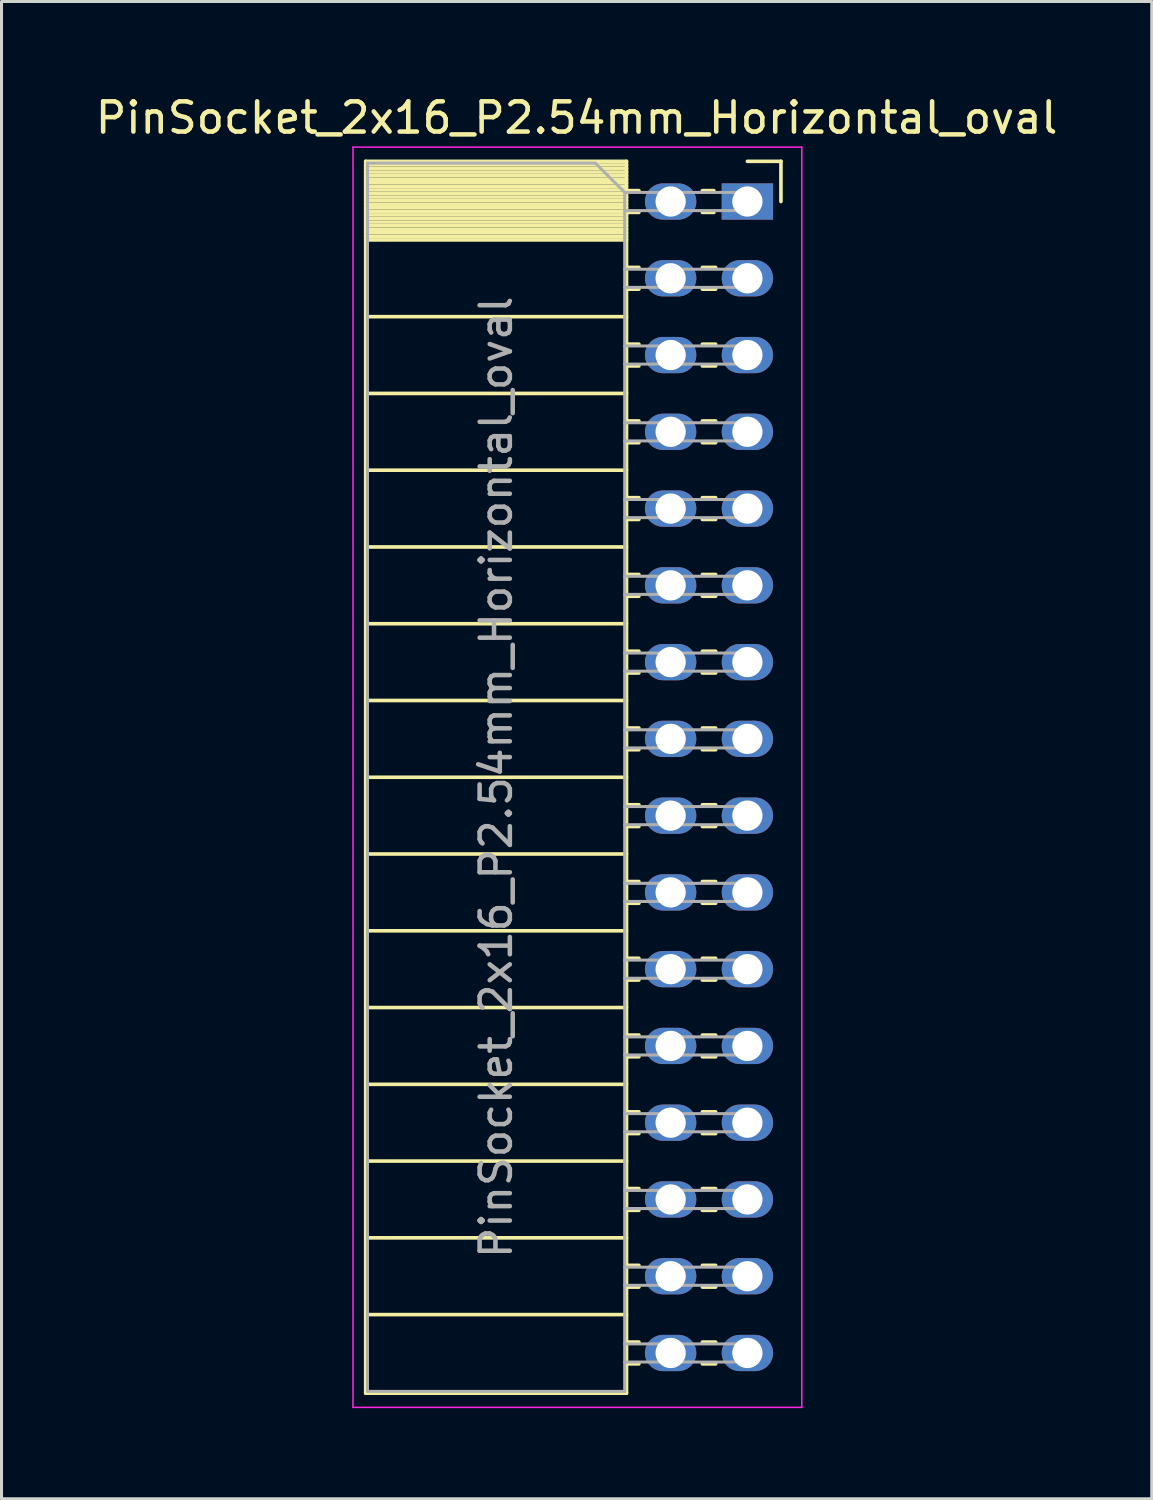
<source format=kicad_pcb>
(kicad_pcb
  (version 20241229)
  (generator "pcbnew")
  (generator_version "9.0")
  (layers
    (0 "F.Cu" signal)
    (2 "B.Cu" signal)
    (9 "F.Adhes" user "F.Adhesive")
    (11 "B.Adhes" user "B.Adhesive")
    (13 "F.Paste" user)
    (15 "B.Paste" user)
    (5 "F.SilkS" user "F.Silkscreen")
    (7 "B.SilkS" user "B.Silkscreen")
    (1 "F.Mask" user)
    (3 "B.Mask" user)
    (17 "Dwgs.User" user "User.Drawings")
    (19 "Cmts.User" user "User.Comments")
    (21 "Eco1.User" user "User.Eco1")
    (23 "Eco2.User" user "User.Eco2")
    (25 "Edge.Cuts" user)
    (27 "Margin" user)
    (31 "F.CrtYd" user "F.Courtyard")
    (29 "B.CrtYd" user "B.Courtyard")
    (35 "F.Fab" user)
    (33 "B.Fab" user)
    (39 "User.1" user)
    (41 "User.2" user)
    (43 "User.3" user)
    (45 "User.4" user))
  (footprint "PinSocket_2x16_P2.54mm_Horizontal_oval"
    (layer "F.Cu")
    (at 21.68 3.618)
    (property "Reference" "PinSocket_2x16_P2.54mm_Horizontal_oval" (at -5.65 -2.77 0) (layer "F.SilkS") (effects (font (size 1 1) (thickness 0.15))))
    (attr through_hole)
    (fp_line (start -12.63 -1.33) (end -12.63 39.43) (stroke (width 0.12) (type solid)) (layer "F.SilkS"))
    (fp_line (start -12.63 -1.33) (end -4 -1.33) (stroke (width 0.12) (type solid)) (layer "F.SilkS"))
    (fp_line (start -12.63 -1.21) (end -4 -1.21) (stroke (width 0.12) (type solid)) (layer "F.SilkS"))
    (fp_line (start -12.63 -1.092) (end -4 -1.092) (stroke (width 0.12) (type solid)) (layer "F.SilkS"))
    (fp_line (start -12.63 -0.974) (end -4 -0.974) (stroke (width 0.12) (type solid)) (layer "F.SilkS"))
    (fp_line (start -12.63 -0.856) (end -4 -0.856) (stroke (width 0.12) (type solid)) (layer "F.SilkS"))
    (fp_line (start -12.63 -0.738) (end -4 -0.738) (stroke (width 0.12) (type solid)) (layer "F.SilkS"))
    (fp_line (start -12.63 -0.62) (end -4 -0.62) (stroke (width 0.12) (type solid)) (layer "F.SilkS"))
    (fp_line (start -12.63 -0.501) (end -4 -0.501) (stroke (width 0.12) (type solid)) (layer "F.SilkS"))
    (fp_line (start -12.63 -0.383) (end -4 -0.383) (stroke (width 0.12) (type solid)) (layer "F.SilkS"))
    (fp_line (start -12.63 -0.265) (end -4 -0.265) (stroke (width 0.12) (type solid)) (layer "F.SilkS"))
    (fp_line (start -12.63 -0.147) (end -4 -0.147) (stroke (width 0.12) (type solid)) (layer "F.SilkS"))
    (fp_line (start -12.63 -0.029) (end -4 -0.029) (stroke (width 0.12) (type solid)) (layer "F.SilkS"))
    (fp_line (start -12.63 0.089) (end -4 0.089) (stroke (width 0.12) (type solid)) (layer "F.SilkS"))
    (fp_line (start -12.63 0.207) (end -4 0.207) (stroke (width 0.12) (type solid)) (layer "F.SilkS"))
    (fp_line (start -12.63 0.325) (end -4 0.325) (stroke (width 0.12) (type solid)) (layer "F.SilkS"))
    (fp_line (start -12.63 0.443) (end -4 0.443) (stroke (width 0.12) (type solid)) (layer "F.SilkS"))
    (fp_line (start -12.63 0.561) (end -4 0.561) (stroke (width 0.12) (type solid)) (layer "F.SilkS"))
    (fp_line (start -12.63 0.68) (end -4 0.68) (stroke (width 0.12) (type solid)) (layer "F.SilkS"))
    (fp_line (start -12.63 0.798) (end -4 0.798) (stroke (width 0.12) (type solid)) (layer "F.SilkS"))
    (fp_line (start -12.63 0.916) (end -4 0.916) (stroke (width 0.12) (type solid)) (layer "F.SilkS"))
    (fp_line (start -12.63 1.034) (end -4 1.034) (stroke (width 0.12) (type solid)) (layer "F.SilkS"))
    (fp_line (start -12.63 1.152) (end -4 1.152) (stroke (width 0.12) (type solid)) (layer "F.SilkS"))
    (fp_line (start -12.63 1.27) (end -4 1.27) (stroke (width 0.12) (type solid)) (layer "F.SilkS"))
    (fp_line (start -12.63 3.81) (end -4 3.81) (stroke (width 0.12) (type solid)) (layer "F.SilkS"))
    (fp_line (start -12.63 6.35) (end -4 6.35) (stroke (width 0.12) (type solid)) (layer "F.SilkS"))
    (fp_line (start -12.63 8.89) (end -4 8.89) (stroke (width 0.12) (type solid)) (layer "F.SilkS"))
    (fp_line (start -12.63 11.43) (end -4 11.43) (stroke (width 0.12) (type solid)) (layer "F.SilkS"))
    (fp_line (start -12.63 13.97) (end -4 13.97) (stroke (width 0.12) (type solid)) (layer "F.SilkS"))
    (fp_line (start -12.63 16.51) (end -4 16.51) (stroke (width 0.12) (type solid)) (layer "F.SilkS"))
    (fp_line (start -12.63 19.05) (end -4 19.05) (stroke (width 0.12) (type solid)) (layer "F.SilkS"))
    (fp_line (start -12.63 21.59) (end -4 21.59) (stroke (width 0.12) (type solid)) (layer "F.SilkS"))
    (fp_line (start -12.63 24.13) (end -4 24.13) (stroke (width 0.12) (type solid)) (layer "F.SilkS"))
    (fp_line (start -12.63 26.67) (end -4 26.67) (stroke (width 0.12) (type solid)) (layer "F.SilkS"))
    (fp_line (start -12.63 29.21) (end -4 29.21) (stroke (width 0.12) (type solid)) (layer "F.SilkS"))
    (fp_line (start -12.63 31.75) (end -4 31.75) (stroke (width 0.12) (type solid)) (layer "F.SilkS"))
    (fp_line (start -12.63 34.29) (end -4 34.29) (stroke (width 0.12) (type solid)) (layer "F.SilkS"))
    (fp_line (start -12.63 36.83) (end -4 36.83) (stroke (width 0.12) (type solid)) (layer "F.SilkS"))
    (fp_line (start -12.63 39.43) (end -4 39.43) (stroke (width 0.12) (type solid)) (layer "F.SilkS"))
    (fp_line (start -4 -1.33) (end -4 39.43) (stroke (width 0.12) (type solid)) (layer "F.SilkS"))
    (fp_line (start -4 -0.36) (end -3.59 -0.36) (stroke (width 0.12) (type solid)) (layer "F.SilkS"))
    (fp_line (start -4 0.36) (end -3.59 0.36) (stroke (width 0.12) (type solid)) (layer "F.SilkS"))
    (fp_line (start -4 2.18) (end -3.59 2.18) (stroke (width 0.12) (type solid)) (layer "F.SilkS"))
    (fp_line (start -4 2.9) (end -3.59 2.9) (stroke (width 0.12) (type solid)) (layer "F.SilkS"))
    (fp_line (start -4 4.72) (end -3.59 4.72) (stroke (width 0.12) (type solid)) (layer "F.SilkS"))
    (fp_line (start -4 5.44) (end -3.59 5.44) (stroke (width 0.12) (type solid)) (layer "F.SilkS"))
    (fp_line (start -4 7.26) (end -3.59 7.26) (stroke (width 0.12) (type solid)) (layer "F.SilkS"))
    (fp_line (start -4 7.98) (end -3.59 7.98) (stroke (width 0.12) (type solid)) (layer "F.SilkS"))
    (fp_line (start -4 9.8) (end -3.59 9.8) (stroke (width 0.12) (type solid)) (layer "F.SilkS"))
    (fp_line (start -4 10.52) (end -3.59 10.52) (stroke (width 0.12) (type solid)) (layer "F.SilkS"))
    (fp_line (start -4 12.34) (end -3.59 12.34) (stroke (width 0.12) (type solid)) (layer "F.SilkS"))
    (fp_line (start -4 13.06) (end -3.59 13.06) (stroke (width 0.12) (type solid)) (layer "F.SilkS"))
    (fp_line (start -4 14.88) (end -3.59 14.88) (stroke (width 0.12) (type solid)) (layer "F.SilkS"))
    (fp_line (start -4 15.6) (end -3.59 15.6) (stroke (width 0.12) (type solid)) (layer "F.SilkS"))
    (fp_line (start -4 17.42) (end -3.59 17.42) (stroke (width 0.12) (type solid)) (layer "F.SilkS"))
    (fp_line (start -4 18.14) (end -3.59 18.14) (stroke (width 0.12) (type solid)) (layer "F.SilkS"))
    (fp_line (start -4 19.96) (end -3.59 19.96) (stroke (width 0.12) (type solid)) (layer "F.SilkS"))
    (fp_line (start -4 20.68) (end -3.59 20.68) (stroke (width 0.12) (type solid)) (layer "F.SilkS"))
    (fp_line (start -4 22.5) (end -3.59 22.5) (stroke (width 0.12) (type solid)) (layer "F.SilkS"))
    (fp_line (start -4 23.22) (end -3.59 23.22) (stroke (width 0.12) (type solid)) (layer "F.SilkS"))
    (fp_line (start -4 25.04) (end -3.59 25.04) (stroke (width 0.12) (type solid)) (layer "F.SilkS"))
    (fp_line (start -4 25.76) (end -3.59 25.76) (stroke (width 0.12) (type solid)) (layer "F.SilkS"))
    (fp_line (start -4 27.58) (end -3.59 27.58) (stroke (width 0.12) (type solid)) (layer "F.SilkS"))
    (fp_line (start -4 28.3) (end -3.59 28.3) (stroke (width 0.12) (type solid)) (layer "F.SilkS"))
    (fp_line (start -4 30.12) (end -3.59 30.12) (stroke (width 0.12) (type solid)) (layer "F.SilkS"))
    (fp_line (start -4 30.84) (end -3.59 30.84) (stroke (width 0.12) (type solid)) (layer "F.SilkS"))
    (fp_line (start -4 32.66) (end -3.59 32.66) (stroke (width 0.12) (type solid)) (layer "F.SilkS"))
    (fp_line (start -4 33.38) (end -3.59 33.38) (stroke (width 0.12) (type solid)) (layer "F.SilkS"))
    (fp_line (start -4 35.2) (end -3.59 35.2) (stroke (width 0.12) (type solid)) (layer "F.SilkS"))
    (fp_line (start -4 35.92) (end -3.59 35.92) (stroke (width 0.12) (type solid)) (layer "F.SilkS"))
    (fp_line (start -4 37.74) (end -3.59 37.74) (stroke (width 0.12) (type solid)) (layer "F.SilkS"))
    (fp_line (start -4 38.46) (end -3.59 38.46) (stroke (width 0.12) (type solid)) (layer "F.SilkS"))
    (fp_line (start -1.49 -0.36) (end -1.11 -0.36) (stroke (width 0.12) (type solid)) (layer "F.SilkS"))
    (fp_line (start -1.49 0.36) (end -1.11 0.36) (stroke (width 0.12) (type solid)) (layer "F.SilkS"))
    (fp_line (start -1.49 2.18) (end -1.05 2.18) (stroke (width 0.12) (type solid)) (layer "F.SilkS"))
    (fp_line (start -1.49 2.9) (end -1.05 2.9) (stroke (width 0.12) (type solid)) (layer "F.SilkS"))
    (fp_line (start -1.49 4.72) (end -1.05 4.72) (stroke (width 0.12) (type solid)) (layer "F.SilkS"))
    (fp_line (start -1.49 5.44) (end -1.05 5.44) (stroke (width 0.12) (type solid)) (layer "F.SilkS"))
    (fp_line (start -1.49 7.26) (end -1.05 7.26) (stroke (width 0.12) (type solid)) (layer "F.SilkS"))
    (fp_line (start -1.49 7.98) (end -1.05 7.98) (stroke (width 0.12) (type solid)) (layer "F.SilkS"))
    (fp_line (start -1.49 9.8) (end -1.05 9.8) (stroke (width 0.12) (type solid)) (layer "F.SilkS"))
    (fp_line (start -1.49 10.52) (end -1.05 10.52) (stroke (width 0.12) (type solid)) (layer "F.SilkS"))
    (fp_line (start -1.49 12.34) (end -1.05 12.34) (stroke (width 0.12) (type solid)) (layer "F.SilkS"))
    (fp_line (start -1.49 13.06) (end -1.05 13.06) (stroke (width 0.12) (type solid)) (layer "F.SilkS"))
    (fp_line (start -1.49 14.88) (end -1.05 14.88) (stroke (width 0.12) (type solid)) (layer "F.SilkS"))
    (fp_line (start -1.49 15.6) (end -1.05 15.6) (stroke (width 0.12) (type solid)) (layer "F.SilkS"))
    (fp_line (start -1.49 17.42) (end -1.05 17.42) (stroke (width 0.12) (type solid)) (layer "F.SilkS"))
    (fp_line (start -1.49 18.14) (end -1.05 18.14) (stroke (width 0.12) (type solid)) (layer "F.SilkS"))
    (fp_line (start -1.49 19.96) (end -1.05 19.96) (stroke (width 0.12) (type solid)) (layer "F.SilkS"))
    (fp_line (start -1.49 20.68) (end -1.05 20.68) (stroke (width 0.12) (type solid)) (layer "F.SilkS"))
    (fp_line (start -1.49 22.5) (end -1.05 22.5) (stroke (width 0.12) (type solid)) (layer "F.SilkS"))
    (fp_line (start -1.49 23.22) (end -1.05 23.22) (stroke (width 0.12) (type solid)) (layer "F.SilkS"))
    (fp_line (start -1.49 25.04) (end -1.05 25.04) (stroke (width 0.12) (type solid)) (layer "F.SilkS"))
    (fp_line (start -1.49 25.76) (end -1.05 25.76) (stroke (width 0.12) (type solid)) (layer "F.SilkS"))
    (fp_line (start -1.49 27.58) (end -1.05 27.58) (stroke (width 0.12) (type solid)) (layer "F.SilkS"))
    (fp_line (start -1.49 28.3) (end -1.05 28.3) (stroke (width 0.12) (type solid)) (layer "F.SilkS"))
    (fp_line (start -1.49 30.12) (end -1.05 30.12) (stroke (width 0.12) (type solid)) (layer "F.SilkS"))
    (fp_line (start -1.49 30.84) (end -1.05 30.84) (stroke (width 0.12) (type solid)) (layer "F.SilkS"))
    (fp_line (start -1.49 32.66) (end -1.05 32.66) (stroke (width 0.12) (type solid)) (layer "F.SilkS"))
    (fp_line (start -1.49 33.38) (end -1.05 33.38) (stroke (width 0.12) (type solid)) (layer "F.SilkS"))
    (fp_line (start -1.49 35.2) (end -1.05 35.2) (stroke (width 0.12) (type solid)) (layer "F.SilkS"))
    (fp_line (start -1.49 35.92) (end -1.05 35.92) (stroke (width 0.12) (type solid)) (layer "F.SilkS"))
    (fp_line (start -1.49 37.74) (end -1.05 37.74) (stroke (width 0.12) (type solid)) (layer "F.SilkS"))
    (fp_line (start -1.49 38.46) (end -1.05 38.46) (stroke (width 0.12) (type solid)) (layer "F.SilkS"))
    (fp_line (start 0 -1.33) (end 1.11 -1.33) (stroke (width 0.12) (type solid)) (layer "F.SilkS"))
    (fp_line (start 1.11 -1.33) (end 1.11 0) (stroke (width 0.12) (type solid)) (layer "F.SilkS"))
    (fp_line (start -13.05 -1.8) (end -13.05 39.9) (stroke (width 0.05) (type solid)) (layer "F.CrtYd"))
    (fp_line (start -13.05 39.9) (end 1.8 39.9) (stroke (width 0.05) (type solid)) (layer "F.CrtYd"))
    (fp_line (start 1.8 -1.8) (end -13.05 -1.8) (stroke (width 0.05) (type solid)) (layer "F.CrtYd"))
    (fp_line (start 1.8 39.9) (end 1.8 -1.8) (stroke (width 0.05) (type solid)) (layer "F.CrtYd"))
    (fp_line (start -12.57 -1.27) (end -5.03 -1.27) (stroke (width 0.1) (type solid)) (layer "F.Fab"))
    (fp_line (start -12.57 39.37) (end -12.57 -1.27) (stroke (width 0.1) (type solid)) (layer "F.Fab"))
    (fp_line (start -5.03 -1.27) (end -4.06 -0.3) (stroke (width 0.1) (type solid)) (layer "F.Fab"))
    (fp_line (start -4.06 -0.3) (end -4.06 39.37) (stroke (width 0.1) (type solid)) (layer "F.Fab"))
    (fp_line (start -4.06 0.3) (end 0 0.3) (stroke (width 0.1) (type solid)) (layer "F.Fab"))
    (fp_line (start -4.06 2.84) (end 0 2.84) (stroke (width 0.1) (type solid)) (layer "F.Fab"))
    (fp_line (start -4.06 5.38) (end 0 5.38) (stroke (width 0.1) (type solid)) (layer "F.Fab"))
    (fp_line (start -4.06 7.92) (end 0 7.92) (stroke (width 0.1) (type solid)) (layer "F.Fab"))
    (fp_line (start -4.06 10.46) (end 0 10.46) (stroke (width 0.1) (type solid)) (layer "F.Fab"))
    (fp_line (start -4.06 13) (end 0 13) (stroke (width 0.1) (type solid)) (layer "F.Fab"))
    (fp_line (start -4.06 15.54) (end 0 15.54) (stroke (width 0.1) (type solid)) (layer "F.Fab"))
    (fp_line (start -4.06 18.08) (end 0 18.08) (stroke (width 0.1) (type solid)) (layer "F.Fab"))
    (fp_line (start -4.06 20.62) (end 0 20.62) (stroke (width 0.1) (type solid)) (layer "F.Fab"))
    (fp_line (start -4.06 23.16) (end 0 23.16) (stroke (width 0.1) (type solid)) (layer "F.Fab"))
    (fp_line (start -4.06 25.7) (end 0 25.7) (stroke (width 0.1) (type solid)) (layer "F.Fab"))
    (fp_line (start -4.06 28.24) (end 0 28.24) (stroke (width 0.1) (type solid)) (layer "F.Fab"))
    (fp_line (start -4.06 30.78) (end 0 30.78) (stroke (width 0.1) (type solid)) (layer "F.Fab"))
    (fp_line (start -4.06 33.32) (end 0 33.32) (stroke (width 0.1) (type solid)) (layer "F.Fab"))
    (fp_line (start -4.06 35.86) (end 0 35.86) (stroke (width 0.1) (type solid)) (layer "F.Fab"))
    (fp_line (start -4.06 38.4) (end 0 38.4) (stroke (width 0.1) (type solid)) (layer "F.Fab"))
    (fp_line (start -4.06 39.37) (end -12.57 39.37) (stroke (width 0.1) (type solid)) (layer "F.Fab"))
    (fp_line (start 0 -0.3) (end -4.06 -0.3) (stroke (width 0.1) (type solid)) (layer "F.Fab"))
    (fp_line (start 0 0.3) (end 0 -0.3) (stroke (width 0.1) (type solid)) (layer "F.Fab"))
    (fp_line (start 0 2.24) (end -4.06 2.24) (stroke (width 0.1) (type solid)) (layer "F.Fab"))
    (fp_line (start 0 2.84) (end 0 2.24) (stroke (width 0.1) (type solid)) (layer "F.Fab"))
    (fp_line (start 0 4.78) (end -4.06 4.78) (stroke (width 0.1) (type solid)) (layer "F.Fab"))
    (fp_line (start 0 5.38) (end 0 4.78) (stroke (width 0.1) (type solid)) (layer "F.Fab"))
    (fp_line (start 0 7.32) (end -4.06 7.32) (stroke (width 0.1) (type solid)) (layer "F.Fab"))
    (fp_line (start 0 7.92) (end 0 7.32) (stroke (width 0.1) (type solid)) (layer "F.Fab"))
    (fp_line (start 0 9.86) (end -4.06 9.86) (stroke (width 0.1) (type solid)) (layer "F.Fab"))
    (fp_line (start 0 10.46) (end 0 9.86) (stroke (width 0.1) (type solid)) (layer "F.Fab"))
    (fp_line (start 0 12.4) (end -4.06 12.4) (stroke (width 0.1) (type solid)) (layer "F.Fab"))
    (fp_line (start 0 13) (end 0 12.4) (stroke (width 0.1) (type solid)) (layer "F.Fab"))
    (fp_line (start 0 14.94) (end -4.06 14.94) (stroke (width 0.1) (type solid)) (layer "F.Fab"))
    (fp_line (start 0 15.54) (end 0 14.94) (stroke (width 0.1) (type solid)) (layer "F.Fab"))
    (fp_line (start 0 17.48) (end -4.06 17.48) (stroke (width 0.1) (type solid)) (layer "F.Fab"))
    (fp_line (start 0 18.08) (end 0 17.48) (stroke (width 0.1) (type solid)) (layer "F.Fab"))
    (fp_line (start 0 20.02) (end -4.06 20.02) (stroke (width 0.1) (type solid)) (layer "F.Fab"))
    (fp_line (start 0 20.62) (end 0 20.02) (stroke (width 0.1) (type solid)) (layer "F.Fab"))
    (fp_line (start 0 22.56) (end -4.06 22.56) (stroke (width 0.1) (type solid)) (layer "F.Fab"))
    (fp_line (start 0 23.16) (end 0 22.56) (stroke (width 0.1) (type solid)) (layer "F.Fab"))
    (fp_line (start 0 25.1) (end -4.06 25.1) (stroke (width 0.1) (type solid)) (layer "F.Fab"))
    (fp_line (start 0 25.7) (end 0 25.1) (stroke (width 0.1) (type solid)) (layer "F.Fab"))
    (fp_line (start 0 27.64) (end -4.06 27.64) (stroke (width 0.1) (type solid)) (layer "F.Fab"))
    (fp_line (start 0 28.24) (end 0 27.64) (stroke (width 0.1) (type solid)) (layer "F.Fab"))
    (fp_line (start 0 30.18) (end -4.06 30.18) (stroke (width 0.1) (type solid)) (layer "F.Fab"))
    (fp_line (start 0 30.78) (end 0 30.18) (stroke (width 0.1) (type solid)) (layer "F.Fab"))
    (fp_line (start 0 32.72) (end -4.06 32.72) (stroke (width 0.1) (type solid)) (layer "F.Fab"))
    (fp_line (start 0 33.32) (end 0 32.72) (stroke (width 0.1) (type solid)) (layer "F.Fab"))
    (fp_line (start 0 35.26) (end -4.06 35.26) (stroke (width 0.1) (type solid)) (layer "F.Fab"))
    (fp_line (start 0 35.86) (end 0 35.26) (stroke (width 0.1) (type solid)) (layer "F.Fab"))
    (fp_line (start 0 37.8) (end -4.06 37.8) (stroke (width 0.1) (type solid)) (layer "F.Fab"))
    (fp_line (start 0 38.4) (end 0 37.8) (stroke (width 0.1) (type solid)) (layer "F.Fab"))
    (fp_text user "${REFERENCE}" (at -8.315 19.05 90) (layer "F.Fab") (effects (font (size 1 1) (thickness 0.15))))
    (pad "1" thru_hole rect (at 0 0) (size 1.7 1.2) (drill 1) (layers "*.Cu" "*.Mask"))
    (pad "2" thru_hole oval (at -2.54 0) (size 1.7 1.2) (drill 1) (layers "*.Cu" "*.Mask"))
    (pad "3" thru_hole oval (at 0 2.54) (size 1.7 1.2) (drill 1) (layers "*.Cu" "*.Mask"))
    (pad "4" thru_hole oval (at -2.54 2.54) (size 1.7 1.2) (drill 1) (layers "*.Cu" "*.Mask"))
    (pad "5" thru_hole oval (at 0 5.08) (size 1.7 1.2) (drill 1) (layers "*.Cu" "*.Mask"))
    (pad "6" thru_hole oval (at -2.54 5.08) (size 1.7 1.2) (drill 1) (layers "*.Cu" "*.Mask"))
    (pad "7" thru_hole oval (at 0 7.62) (size 1.7 1.2) (drill 1) (layers "*.Cu" "*.Mask"))
    (pad "8" thru_hole oval (at -2.54 7.62) (size 1.7 1.2) (drill 1) (layers "*.Cu" "*.Mask"))
    (pad "9" thru_hole oval (at 0 10.16) (size 1.7 1.2) (drill 1) (layers "*.Cu" "*.Mask"))
    (pad "10" thru_hole oval (at -2.54 10.16) (size 1.7 1.2) (drill 1) (layers "*.Cu" "*.Mask"))
    (pad "11" thru_hole oval (at 0 12.7) (size 1.7 1.2) (drill 1) (layers "*.Cu" "*.Mask"))
    (pad "12" thru_hole oval (at -2.54 12.7) (size 1.7 1.2) (drill 1) (layers "*.Cu" "*.Mask"))
    (pad "13" thru_hole oval (at 0 15.24) (size 1.7 1.2) (drill 1) (layers "*.Cu" "*.Mask"))
    (pad "14" thru_hole oval (at -2.54 15.24) (size 1.7 1.2) (drill 1) (layers "*.Cu" "*.Mask"))
    (pad "15" thru_hole oval (at 0 17.78) (size 1.7 1.2) (drill 1) (layers "*.Cu" "*.Mask"))
    (pad "16" thru_hole oval (at -2.54 17.78) (size 1.7 1.2) (drill 1) (layers "*.Cu" "*.Mask"))
    (pad "17" thru_hole oval (at 0 20.32) (size 1.7 1.2) (drill 1) (layers "*.Cu" "*.Mask"))
    (pad "18" thru_hole oval (at -2.54 20.32) (size 1.7 1.2) (drill 1) (layers "*.Cu" "*.Mask"))
    (pad "19" thru_hole oval (at 0 22.86) (size 1.7 1.2) (drill 1) (layers "*.Cu" "*.Mask"))
    (pad "20" thru_hole oval (at -2.54 22.86) (size 1.7 1.2) (drill 1) (layers "*.Cu" "*.Mask"))
    (pad "21" thru_hole oval (at 0 25.4) (size 1.7 1.2) (drill 1) (layers "*.Cu" "*.Mask"))
    (pad "22" thru_hole oval (at -2.54 25.4) (size 1.7 1.2) (drill 1) (layers "*.Cu" "*.Mask"))
    (pad "23" thru_hole oval (at 0 27.94) (size 1.7 1.2) (drill 1) (layers "*.Cu" "*.Mask"))
    (pad "24" thru_hole oval (at -2.54 27.94) (size 1.7 1.2) (drill 1) (layers "*.Cu" "*.Mask"))
    (pad "25" thru_hole oval (at 0 30.48) (size 1.7 1.2) (drill 1) (layers "*.Cu" "*.Mask"))
    (pad "26" thru_hole oval (at -2.54 30.48) (size 1.7 1.2) (drill 1) (layers "*.Cu" "*.Mask"))
    (pad "27" thru_hole oval (at 0 33.02) (size 1.7 1.2) (drill 1) (layers "*.Cu" "*.Mask"))
    (pad "28" thru_hole oval (at -2.54 33.02) (size 1.7 1.2) (drill 1) (layers "*.Cu" "*.Mask"))
    (pad "29" thru_hole oval (at 0 35.56) (size 1.7 1.2) (drill 1) (layers "*.Cu" "*.Mask"))
    (pad "30" thru_hole oval (at -2.54 35.56) (size 1.7 1.2) (drill 1) (layers "*.Cu" "*.Mask"))
    (pad "31" thru_hole oval (at 0 38.1) (size 1.7 1.2) (drill 1) (layers "*.Cu" "*.Mask"))
    (pad "32" thru_hole oval (at -2.54 38.1) (size 1.7 1.2) (drill 1) (layers "*.Cu" "*.Mask")))
  (gr_rect
    (start -3 -3)
    (end 35.06 46.543)
    (stroke (width 0.1) (type default))
    (fill no)
    (layer "Edge.Cuts")))
</source>
